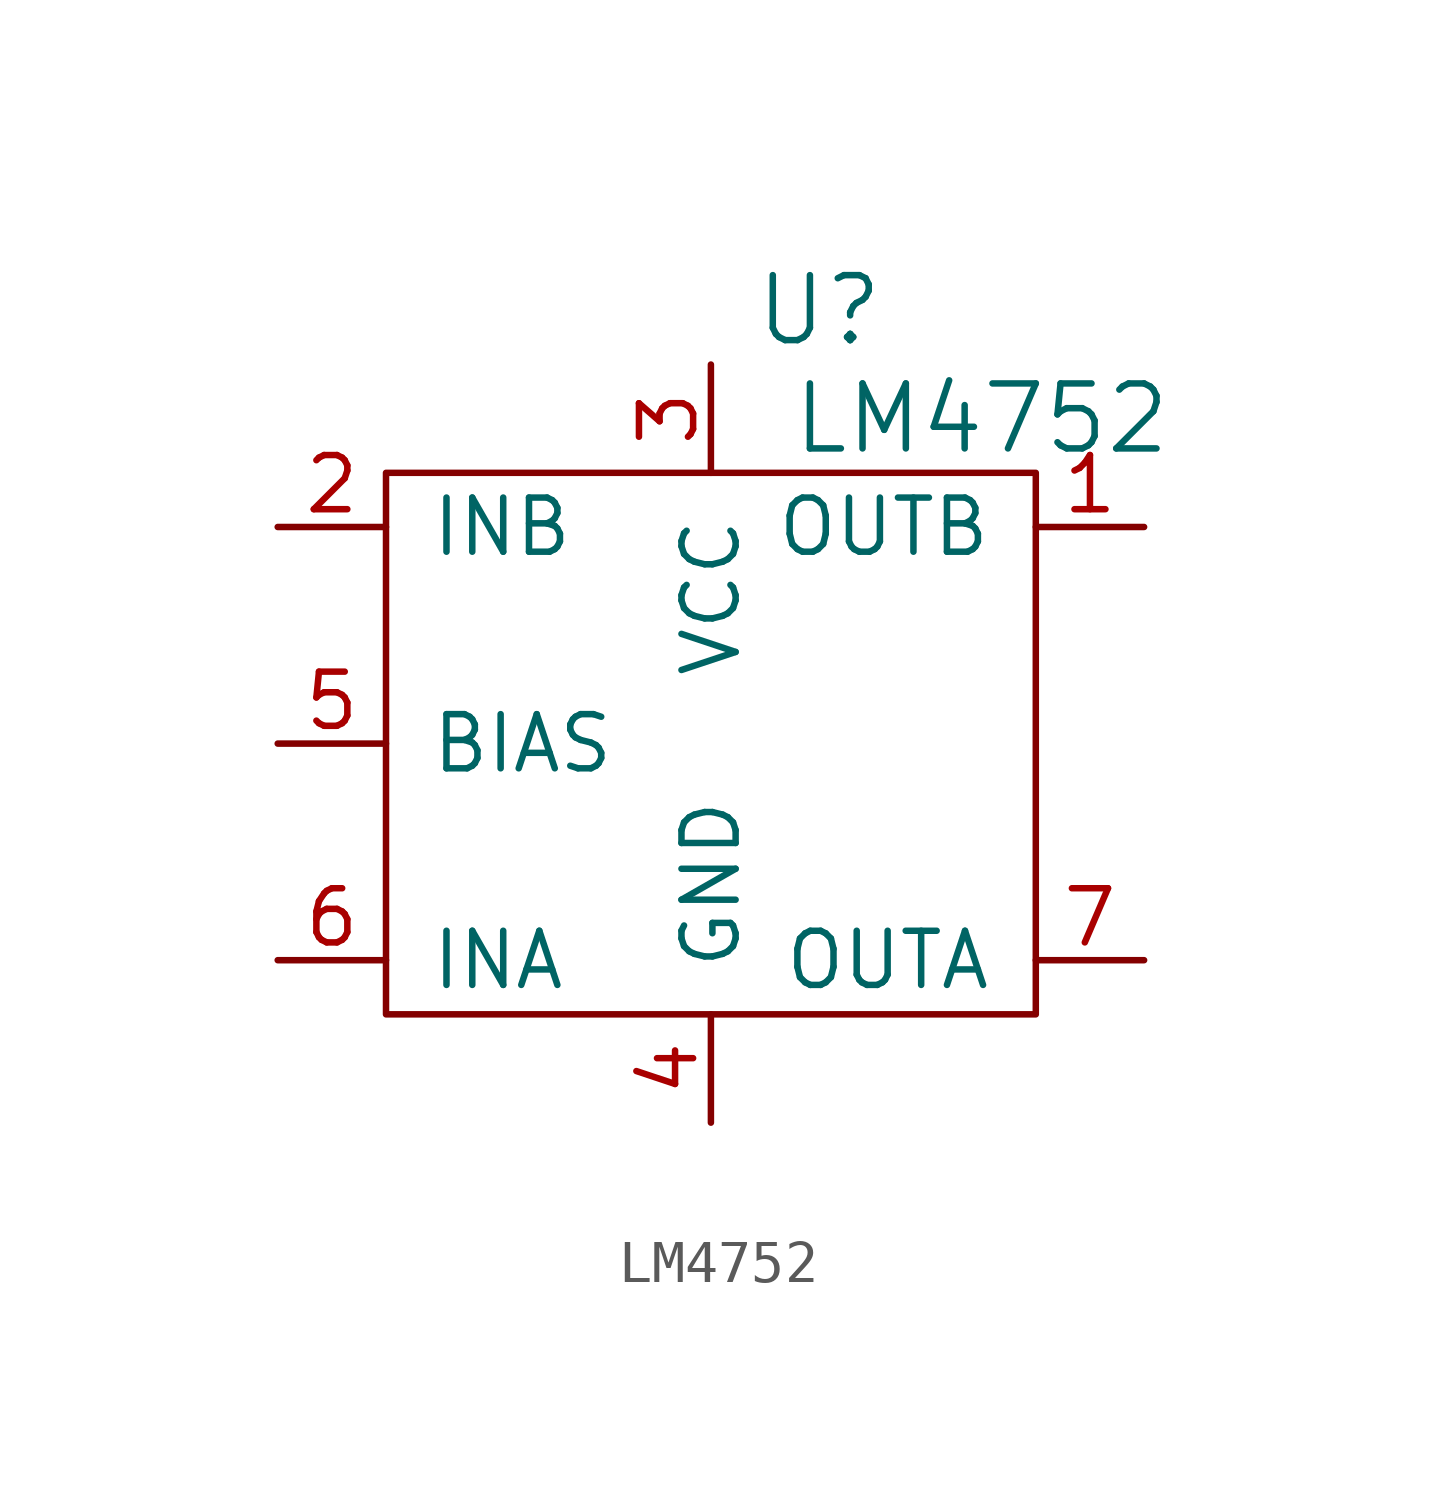
<source format=kicad_sym>
(kicad_symbol_lib
  (version 20220914)
  (generator kicad_symbol_editor)
  (symbol "LM4752"
    (pin_names
      (offset 1.016))
    (property "Reference" "U"
      (at 2.54 10.16 0)
      (effects (font (size 1.524 1.524))))
    (property "Value" "LM4752"
      (at 6.35 7.62 0)
      (effects (font (size 1.524 1.524))))
    (property "Footprint" ""
      (at 0 0 0)
      (effects (font (size 1.524 1.524))))
    (property "Datasheet" ""
      (at 0 0 0)
      (effects (font (size 1.524 1.524))))
    (symbol "LM4752_0_1"
      (rectangle (start 7.62 6.35) (end -7.62 -6.35) (stroke (width 0) (type solid)) (fill (type none))))
    (symbol "LM4752_1_1"
      (pin passive line (at 10.16 5.08 180) (length 2.54) (name "OUTB" (effects (font (size 1.27 1.27)))) (number "1" (effects (font (size 1.27 1.27)))))
      (pin passive line (at -10.16 5.08 0) (length 2.54) (name "INB" (effects (font (size 1.27 1.27)))) (number "2" (effects (font (size 1.27 1.27)))))
      (pin passive line (at 0 8.89 270) (length 2.54) (name "VCC" (effects (font (size 1.27 1.27)))) (number "3" (effects (font (size 1.27 1.27)))))
      (pin passive line (at 0 -8.89 90) (length 2.54) (name "GND" (effects (font (size 1.27 1.27)))) (number "4" (effects (font (size 1.27 1.27)))))
      (pin passive line (at -10.16 0 0) (length 2.54) (name "BIAS" (effects (font (size 1.27 1.27)))) (number "5" (effects (font (size 1.27 1.27)))))
      (pin passive line (at -10.16 -5.08 0) (length 2.54) (name "INA" (effects (font (size 1.27 1.27)))) (number "6" (effects (font (size 1.27 1.27)))))
      (pin passive line (at 10.16 -5.08 180) (length 2.54) (name "OUTA" (effects (font (size 1.27 1.27)))) (number "7" (effects (font (size 1.27 1.27))))))))
</source>
